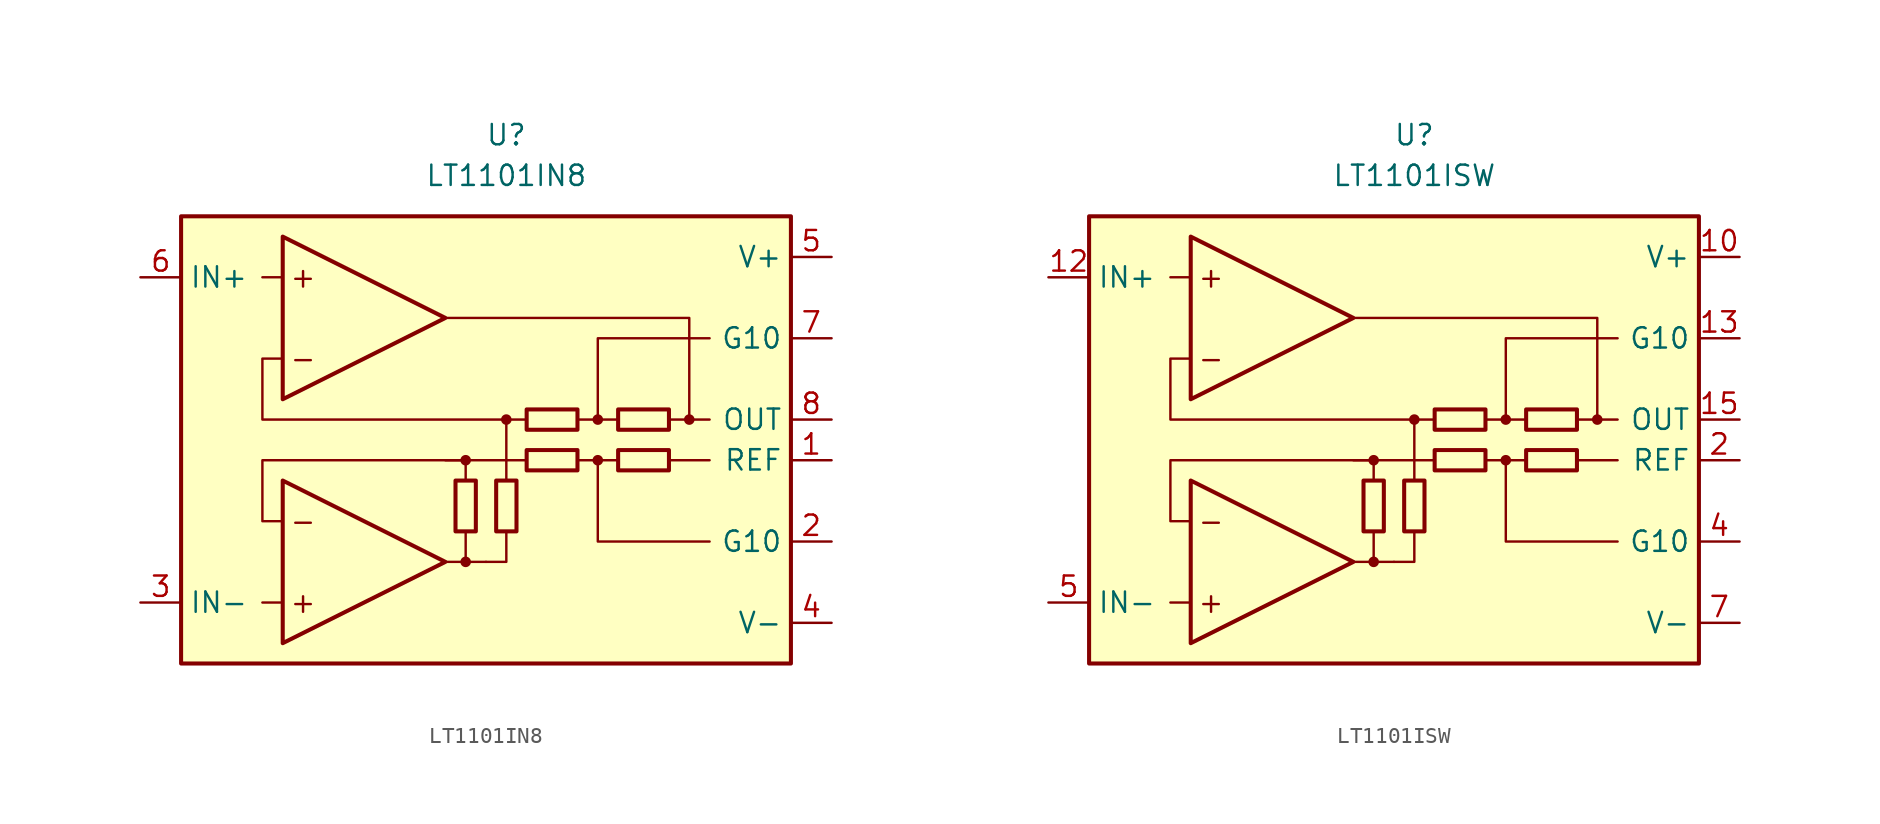
<source format=kicad_sym>
(kicad_symbol_lib
  (version 20211014)
  (generator kicad_symbol_editor)
  (symbol "LT1101IN8"
    (property "Reference" "U"
      (at 0 19.05 0)
      (effects (font (size 1.27 1.27))))
    (property "Value" "LT1101IN8"
      (at 0 16.51 0)
      (effects (font (size 1.27 1.27))))
    (symbol "LT1101IN8_0_0"
      (rectangle (start -20.32 13.97) (end 17.78 -13.97) (stroke (width 0.254) (type default) (color 0 0 0 0)) (fill (type background)))
      (circle (center -2.54 -7.62) (radius 0.254) (stroke (width 0.152) (type default) (color 0 0 0 0)) (fill (type outline)))
      (circle (center -2.54 -1.27) (radius 0.254) (stroke (width 0.152) (type default) (color 0 0 0 0)) (fill (type outline)))
      (polyline (pts (xy -13.97 -10.16) (xy -15.24 -10.16)) (stroke (width 0.152) (type default) (color 0 0 0 0)) (fill (type none)))
      (polyline (pts (xy -13.97 10.16) (xy -15.24 10.16)) (stroke (width 0.152) (type default) (color 0 0 0 0)) (fill (type none)))
      (polyline (pts (xy -3.81 -7.62) (xy -1.27 -7.62)) (stroke (width 0.152) (type default) (color 0 0 0 0)) (fill (type none)))
      (polyline (pts (xy -2.54 -5.715) (xy -2.54 -7.62)) (stroke (width 0.152) (type default) (color 0 0 0 0)) (fill (type none)))
      (polyline (pts (xy -2.54 -2.54) (xy -2.54 -1.27)) (stroke (width 0.152) (type default) (color 0 0 0 0)) (fill (type none)))
      (polyline (pts (xy 0 -2.54) (xy 0 -1.27)) (stroke (width 0.152) (type default) (color 0 0 0 0)) (fill (type none)))
      (polyline (pts (xy 0 -1.27) (xy 0 1.27)) (stroke (width 0.152) (type default) (color 0 0 0 0)) (fill (type none)))
      (polyline (pts (xy 1.27 -1.27) (xy -3.81 -1.27)) (stroke (width 0.152) (type default) (color 0 0 0 0)) (fill (type none)))
      (polyline (pts (xy 5.715 -1.27) (xy 4.445 -1.27)) (stroke (width 0.152) (type default) (color 0 0 0 0)) (fill (type none)))
      (polyline (pts (xy 5.715 1.27) (xy 4.445 1.27)) (stroke (width 0.152) (type default) (color 0 0 0 0)) (fill (type none)))
      (polyline (pts (xy 6.985 -1.27) (xy 5.715 -1.27)) (stroke (width 0.152) (type default) (color 0 0 0 0)) (fill (type none)))
      (polyline (pts (xy 6.985 1.27) (xy 5.715 1.27)) (stroke (width 0.152) (type default) (color 0 0 0 0)) (fill (type none)))
      (polyline (pts (xy 11.43 1.27) (xy 12.7 1.27)) (stroke (width 0.152) (type default) (color 0 0 0 0)) (fill (type none)))
      (polyline (pts (xy 12.7 -1.27) (xy 10.16 -1.27)) (stroke (width 0.152) (type default) (color 0 0 0 0)) (fill (type none)))
      (polyline (pts (xy -1.27 -7.62) (xy 0 -7.62) (xy 0 -5.715)) (stroke (width 0.152) (type default) (color 0 0 0 0)) (fill (type none)))
      (polyline (pts (xy 5.715 1.27) (xy 5.715 6.35) (xy 12.7 6.35)) (stroke (width 0.152) (type default) (color 0 0 0 0)) (fill (type none)))
      (polyline (pts (xy 12.7 -6.35) (xy 5.715 -6.35) (xy 5.715 -1.27)) (stroke (width 0.152) (type default) (color 0 0 0 0)) (fill (type none)))
      (polyline (pts (xy -2.54 -1.27) (xy -15.24 -1.27) (xy -15.24 -5.08) (xy -13.97 -5.08)) (stroke (width 0.152) (type default) (color 0 0 0 0)) (fill (type none)))
      (polyline (pts (xy 10.16 1.27) (xy 11.43 1.27) (xy 11.43 7.62) (xy -3.81 7.62)) (stroke (width 0.152) (type default) (color 0 0 0 0)) (fill (type none)))
      (polyline (pts (xy 1.27 1.27) (xy -15.24 1.27) (xy -15.24 5.08) (xy -15.24 5.08) (xy -13.97 5.08)) (stroke (width 0.152) (type default) (color 0 0 0 0)) (fill (type none)))
      (circle (center 0 1.27) (radius 0.254) (stroke (width 0.152) (type default) (color 0 0 0 0)) (fill (type outline)))
      (circle (center 5.715 -1.27) (radius 0.254) (stroke (width 0.152) (type default) (color 0 0 0 0)) (fill (type outline)))
      (circle (center 5.715 1.27) (radius 0.254) (stroke (width 0.152) (type default) (color 0 0 0 0)) (fill (type outline)))
      (circle (center 11.43 1.27) (radius 0.254) (stroke (width 0.152) (type default) (color 0 0 0 0)) (fill (type outline)))
      (text "+" (at -12.7 -10.16 0) (effects (font (size 1.27 1.27))))
      (text "+" (at -12.7 10.16 0) (effects (font (size 1.27 1.27))))
      (text "-" (at -12.7 -5.08 0) (effects (font (size 1.27 1.27))))
      (text "-" (at -12.7 5.08 0) (effects (font (size 1.27 1.27)))))
    (symbol "LT1101IN8_0_1"
      (rectangle (start -3.175 -5.715) (end -1.905 -2.54) (stroke (width 0.254) (type default) (color 0 0 0 0)) (fill (type none)))
      (rectangle (start -0.635 -5.715) (end 0.635 -2.54) (stroke (width 0.254) (type default) (color 0 0 0 0)) (fill (type none)))
      (polyline (pts (xy -13.97 -2.54) (xy -13.97 -12.7) (xy -3.81 -7.62) (xy -13.97 -2.54)) (stroke (width 0.254) (type default) (color 0 0 0 0)) (fill (type background)))
      (polyline (pts (xy -13.97 12.7) (xy -13.97 2.54) (xy -3.81 7.62) (xy -13.97 12.7)) (stroke (width 0.254) (type default) (color 0 0 0 0)) (fill (type background)))
      (rectangle (start 1.27 1.905) (end 4.445 0.635) (stroke (width 0.254) (type default) (color 0 0 0 0)) (fill (type none)))
      (rectangle (start 4.445 -1.905) (end 1.27 -0.635) (stroke (width 0.254) (type default) (color 0 0 0 0)) (fill (type none)))
      (rectangle (start 10.16 -1.905) (end 6.985 -0.635) (stroke (width 0.254) (type default) (color 0 0 0 0)) (fill (type none)))
      (rectangle (start 10.16 0.635) (end 6.985 1.905) (stroke (width 0.254) (type default) (color 0 0 0 0)) (fill (type none))))
    (symbol "LT1101IN8_1_1"
      (pin input line (at 20.32 -1.27 180) (length 2.54) (name "REF" (effects (font (size 1.27 1.27)))) (number "1" (effects (font (size 1.27 1.27)))))
      (pin passive line (at 20.32 -6.35 180) (length 2.54) (name "G10" (effects (font (size 1.27 1.27)))) (number "2" (effects (font (size 1.27 1.27)))))
      (pin input line (at -22.86 -10.16 0) (length 2.54) (name "IN-" (effects (font (size 1.27 1.27)))) (number "3" (effects (font (size 1.27 1.27)))))
      (pin power_in line (at 20.32 -11.43 180) (length 2.54) (name "V-" (effects (font (size 1.27 1.27)))) (number "4" (effects (font (size 1.27 1.27)))))
      (pin power_in line (at 20.32 11.43 180) (length 2.54) (name "V+" (effects (font (size 1.27 1.27)))) (number "5" (effects (font (size 1.27 1.27)))))
      (pin input line (at -22.86 10.16 0) (length 2.54) (name "IN+" (effects (font (size 1.27 1.27)))) (number "6" (effects (font (size 1.27 1.27)))))
      (pin passive line (at 20.32 6.35 180) (length 2.54) (name "G10" (effects (font (size 1.27 1.27)))) (number "7" (effects (font (size 1.27 1.27)))))
      (pin output line (at 20.32 1.27 180) (length 2.54) (name "OUT" (effects (font (size 1.27 1.27)))) (number "8" (effects (font (size 1.27 1.27)))))))
  (symbol "LT1101ISW"
    (property "Reference" "U"
      (at 0 19.05 0)
      (effects (font (size 1.27 1.27))))
    (property "Value" "LT1101ISW"
      (at 0 16.51 0)
      (effects (font (size 1.27 1.27))))
    (symbol "LT1101ISW_0_0"
      (rectangle (start -20.32 13.97) (end 17.78 -13.97) (stroke (width 0.254) (type default) (color 0 0 0 0)) (fill (type background)))
      (circle (center -2.54 -7.62) (radius 0.254) (stroke (width 0.152) (type default) (color 0 0 0 0)) (fill (type outline)))
      (circle (center -2.54 -1.27) (radius 0.254) (stroke (width 0.152) (type default) (color 0 0 0 0)) (fill (type outline)))
      (polyline (pts (xy -13.97 -10.16) (xy -15.24 -10.16)) (stroke (width 0.152) (type default) (color 0 0 0 0)) (fill (type none)))
      (polyline (pts (xy -13.97 10.16) (xy -15.24 10.16)) (stroke (width 0.152) (type default) (color 0 0 0 0)) (fill (type none)))
      (polyline (pts (xy -3.81 -7.62) (xy -1.27 -7.62)) (stroke (width 0.152) (type default) (color 0 0 0 0)) (fill (type none)))
      (polyline (pts (xy -2.54 -5.715) (xy -2.54 -7.62)) (stroke (width 0.152) (type default) (color 0 0 0 0)) (fill (type none)))
      (polyline (pts (xy -2.54 -2.54) (xy -2.54 -1.27)) (stroke (width 0.152) (type default) (color 0 0 0 0)) (fill (type none)))
      (polyline (pts (xy 0 -2.54) (xy 0 -1.27)) (stroke (width 0.152) (type default) (color 0 0 0 0)) (fill (type none)))
      (polyline (pts (xy 0 -1.27) (xy 0 1.27)) (stroke (width 0.152) (type default) (color 0 0 0 0)) (fill (type none)))
      (polyline (pts (xy 1.27 -1.27) (xy -3.81 -1.27)) (stroke (width 0.152) (type default) (color 0 0 0 0)) (fill (type none)))
      (polyline (pts (xy 5.715 -1.27) (xy 4.445 -1.27)) (stroke (width 0.152) (type default) (color 0 0 0 0)) (fill (type none)))
      (polyline (pts (xy 5.715 1.27) (xy 4.445 1.27)) (stroke (width 0.152) (type default) (color 0 0 0 0)) (fill (type none)))
      (polyline (pts (xy 6.985 -1.27) (xy 5.715 -1.27)) (stroke (width 0.152) (type default) (color 0 0 0 0)) (fill (type none)))
      (polyline (pts (xy 6.985 1.27) (xy 5.715 1.27)) (stroke (width 0.152) (type default) (color 0 0 0 0)) (fill (type none)))
      (polyline (pts (xy 11.43 1.27) (xy 12.7 1.27)) (stroke (width 0.152) (type default) (color 0 0 0 0)) (fill (type none)))
      (polyline (pts (xy 12.7 -1.27) (xy 10.16 -1.27)) (stroke (width 0.152) (type default) (color 0 0 0 0)) (fill (type none)))
      (polyline (pts (xy -1.27 -7.62) (xy 0 -7.62) (xy 0 -5.715)) (stroke (width 0.152) (type default) (color 0 0 0 0)) (fill (type none)))
      (polyline (pts (xy 5.715 1.27) (xy 5.715 6.35) (xy 12.7 6.35)) (stroke (width 0.152) (type default) (color 0 0 0 0)) (fill (type none)))
      (polyline (pts (xy 12.7 -6.35) (xy 5.715 -6.35) (xy 5.715 -1.27)) (stroke (width 0.152) (type default) (color 0 0 0 0)) (fill (type none)))
      (polyline (pts (xy -2.54 -1.27) (xy -15.24 -1.27) (xy -15.24 -5.08) (xy -13.97 -5.08)) (stroke (width 0.152) (type default) (color 0 0 0 0)) (fill (type none)))
      (polyline (pts (xy 10.16 1.27) (xy 11.43 1.27) (xy 11.43 7.62) (xy -3.81 7.62)) (stroke (width 0.152) (type default) (color 0 0 0 0)) (fill (type none)))
      (polyline (pts (xy 1.27 1.27) (xy -15.24 1.27) (xy -15.24 5.08) (xy -15.24 5.08) (xy -13.97 5.08)) (stroke (width 0.152) (type default) (color 0 0 0 0)) (fill (type none)))
      (circle (center 0 1.27) (radius 0.254) (stroke (width 0.152) (type default) (color 0 0 0 0)) (fill (type outline)))
      (circle (center 5.715 -1.27) (radius 0.254) (stroke (width 0.152) (type default) (color 0 0 0 0)) (fill (type outline)))
      (circle (center 5.715 1.27) (radius 0.254) (stroke (width 0.152) (type default) (color 0 0 0 0)) (fill (type outline)))
      (circle (center 11.43 1.27) (radius 0.254) (stroke (width 0.152) (type default) (color 0 0 0 0)) (fill (type outline)))
      (text "+" (at -12.7 -10.16 0) (effects (font (size 1.27 1.27))))
      (text "+" (at -12.7 10.16 0) (effects (font (size 1.27 1.27))))
      (text "-" (at -12.7 -5.08 0) (effects (font (size 1.27 1.27))))
      (text "-" (at -12.7 5.08 0) (effects (font (size 1.27 1.27)))))
    (symbol "LT1101ISW_0_1"
      (rectangle (start -3.175 -5.715) (end -1.905 -2.54) (stroke (width 0.254) (type default) (color 0 0 0 0)) (fill (type none)))
      (rectangle (start -0.635 -5.715) (end 0.635 -2.54) (stroke (width 0.254) (type default) (color 0 0 0 0)) (fill (type none)))
      (polyline (pts (xy -13.97 -2.54) (xy -13.97 -12.7) (xy -3.81 -7.62) (xy -13.97 -2.54)) (stroke (width 0.254) (type default) (color 0 0 0 0)) (fill (type background)))
      (polyline (pts (xy -13.97 12.7) (xy -13.97 2.54) (xy -3.81 7.62) (xy -13.97 12.7)) (stroke (width 0.254) (type default) (color 0 0 0 0)) (fill (type background)))
      (rectangle (start 1.27 1.905) (end 4.445 0.635) (stroke (width 0.254) (type default) (color 0 0 0 0)) (fill (type none)))
      (rectangle (start 4.445 -1.905) (end 1.27 -0.635) (stroke (width 0.254) (type default) (color 0 0 0 0)) (fill (type none)))
      (rectangle (start 10.16 -1.905) (end 6.985 -0.635) (stroke (width 0.254) (type default) (color 0 0 0 0)) (fill (type none)))
      (rectangle (start 10.16 0.635) (end 6.985 1.905) (stroke (width 0.254) (type default) (color 0 0 0 0)) (fill (type none))))
    (symbol "LT1101ISW_1_1"
      (pin no_connect line (at 3.81 8.89 0) (length 2.54) hide (name "NC" (effects (font (size 1.27 1.27)))) (number "1" (effects (font (size 1.27 1.27)))))
      (pin power_in line (at 20.32 11.43 180) (length 2.54) (name "V+" (effects (font (size 1.27 1.27)))) (number "10" (effects (font (size 1.27 1.27)))))
      (pin no_connect line (at 3.81 -3.81 0) (length 2.54) hide (name "NC" (effects (font (size 1.27 1.27)))) (number "11" (effects (font (size 1.27 1.27)))))
      (pin input line (at -22.86 10.16 0) (length 2.54) (name "IN+" (effects (font (size 1.27 1.27)))) (number "12" (effects (font (size 1.27 1.27)))))
      (pin passive line (at 20.32 6.35 180) (length 2.54) (name "G10" (effects (font (size 1.27 1.27)))) (number "13" (effects (font (size 1.27 1.27)))))
      (pin no_connect line (at 3.81 -6.35 0) (length 2.54) hide (name "NC" (effects (font (size 1.27 1.27)))) (number "14" (effects (font (size 1.27 1.27)))))
      (pin output line (at 20.32 1.27 180) (length 2.54) (name "OUT" (effects (font (size 1.27 1.27)))) (number "15" (effects (font (size 1.27 1.27)))))
      (pin no_connect line (at 3.81 -8.89 0) (length 2.54) hide (name "NC" (effects (font (size 1.27 1.27)))) (number "16" (effects (font (size 1.27 1.27)))))
      (pin input line (at 20.32 -1.27 180) (length 2.54) (name "REF" (effects (font (size 1.27 1.27)))) (number "2" (effects (font (size 1.27 1.27)))))
      (pin no_connect line (at 3.81 6.35 0) (length 2.54) hide (name "NC" (effects (font (size 1.27 1.27)))) (number "3" (effects (font (size 1.27 1.27)))))
      (pin passive line (at 20.32 -6.35 180) (length 2.54) (name "G10" (effects (font (size 1.27 1.27)))) (number "4" (effects (font (size 1.27 1.27)))))
      (pin input line (at -22.86 -10.16 0) (length 2.54) (name "IN-" (effects (font (size 1.27 1.27)))) (number "5" (effects (font (size 1.27 1.27)))))
      (pin no_connect line (at 3.81 3.81 0) (length 2.54) hide (name "NC" (effects (font (size 1.27 1.27)))) (number "6" (effects (font (size 1.27 1.27)))))
      (pin power_in line (at 20.32 -11.43 180) (length 2.54) (name "V-" (effects (font (size 1.27 1.27)))) (number "7" (effects (font (size 1.27 1.27)))))
      (pin no_connect line (at 3.81 1.27 0) (length 2.54) hide (name "NC" (effects (font (size 1.27 1.27)))) (number "8" (effects (font (size 1.27 1.27)))))
      (pin no_connect line (at 3.81 -1.27 0) (length 2.54) hide (name "NC" (effects (font (size 1.27 1.27)))) (number "9" (effects (font (size 1.27 1.27))))))))
</source>
